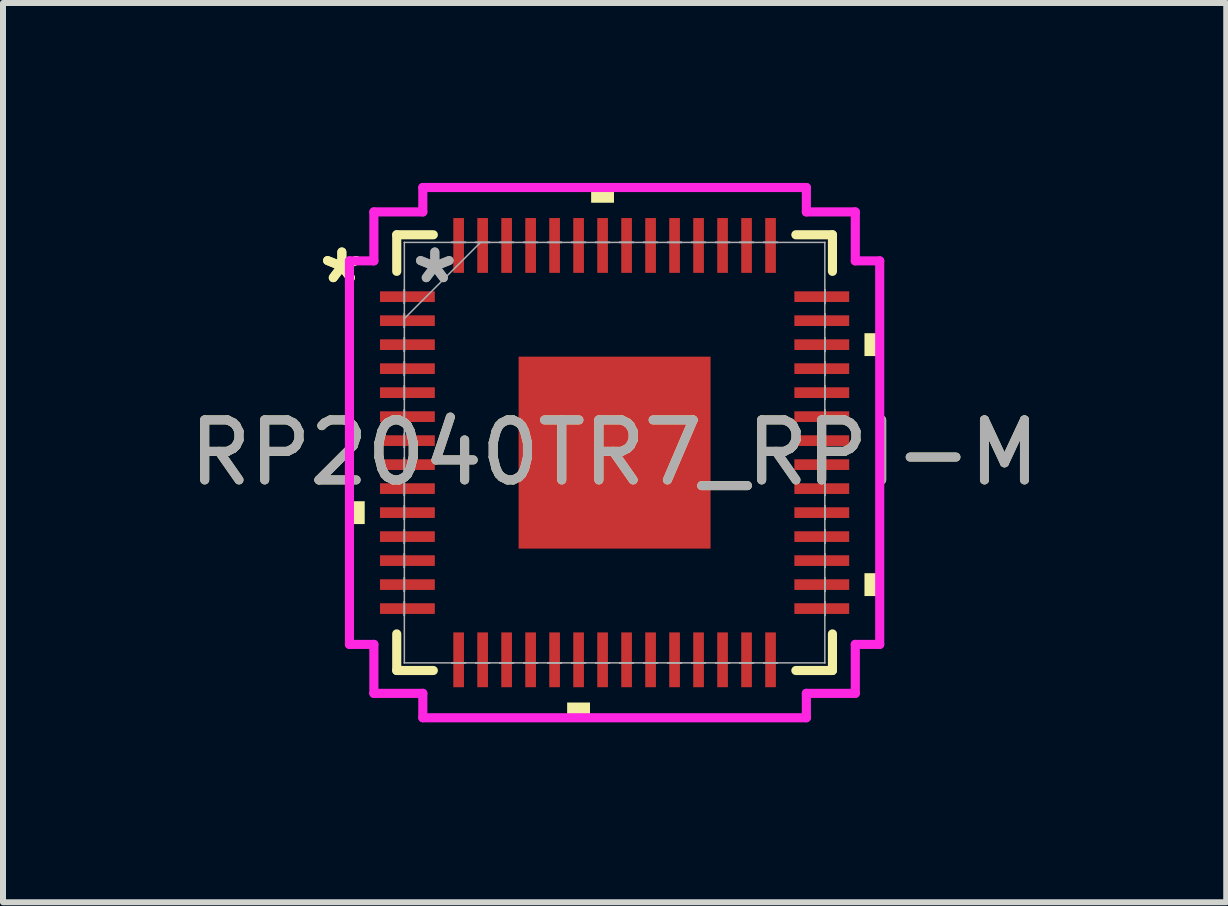
<source format=kicad_pcb>
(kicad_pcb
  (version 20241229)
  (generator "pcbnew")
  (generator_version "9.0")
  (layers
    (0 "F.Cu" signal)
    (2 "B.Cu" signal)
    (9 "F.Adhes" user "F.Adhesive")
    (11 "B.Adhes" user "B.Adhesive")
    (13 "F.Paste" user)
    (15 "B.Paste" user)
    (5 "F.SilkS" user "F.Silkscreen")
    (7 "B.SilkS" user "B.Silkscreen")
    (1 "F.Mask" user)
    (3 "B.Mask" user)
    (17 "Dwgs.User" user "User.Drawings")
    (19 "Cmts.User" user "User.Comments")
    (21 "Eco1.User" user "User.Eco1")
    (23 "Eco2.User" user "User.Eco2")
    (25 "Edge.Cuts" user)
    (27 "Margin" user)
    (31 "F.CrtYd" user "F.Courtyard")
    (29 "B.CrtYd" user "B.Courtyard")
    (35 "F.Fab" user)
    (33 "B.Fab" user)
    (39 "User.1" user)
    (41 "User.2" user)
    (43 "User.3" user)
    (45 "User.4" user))
  (footprint "RP2040TR7_RPI-M"
    (layer "F.Cu")
    (at 7.196 4.496)
    (property "Reference" "RP2040TR7_RPI-M" (at 0 0 0) (unlocked yes) (layer "F.SilkS") (effects (font (size 1 1) (thickness 0.15))))
    (attr smd)
    (fp_line (start -3.632 -3.632) (end -3.632 -3.022) (stroke (width 0.152) (type solid)) (layer "F.SilkS"))
    (fp_line (start -3.632 3.022) (end -3.632 3.632) (stroke (width 0.152) (type solid)) (layer "F.SilkS"))
    (fp_line (start -3.632 3.632) (end -3.022 3.632) (stroke (width 0.152) (type solid)) (layer "F.SilkS"))
    (fp_line (start -3.022 -3.632) (end -3.632 -3.632) (stroke (width 0.152) (type solid)) (layer "F.SilkS"))
    (fp_line (start 3.022 3.632) (end 3.632 3.632) (stroke (width 0.152) (type solid)) (layer "F.SilkS"))
    (fp_line (start 3.632 -3.632) (end 3.022 -3.632) (stroke (width 0.152) (type solid)) (layer "F.SilkS"))
    (fp_line (start 3.632 -3.022) (end 3.632 -3.632) (stroke (width 0.152) (type solid)) (layer "F.SilkS"))
    (fp_line (start 3.632 3.632) (end 3.632 3.022) (stroke (width 0.152) (type solid)) (layer "F.SilkS"))
    (fp_poly (pts (xy -4.42 0.81) (xy -4.42 1.191) (xy -4.166 1.191) (xy -4.166 0.81)) (stroke (width 0) (type solid)) (fill yes) (layer "F.SilkS"))
    (fp_poly (pts (xy -0.791 4.166) (xy -0.791 4.42) (xy -0.41 4.42) (xy -0.41 4.166)) (stroke (width 0) (type solid)) (fill yes) (layer "F.SilkS"))
    (fp_poly (pts (xy -0.391 -4.166) (xy -0.391 -4.42) (xy -0.01 -4.42) (xy -0.01 -4.166)) (stroke (width 0) (type solid)) (fill yes) (layer "F.SilkS"))
    (fp_poly (pts (xy 4.42 -1.991) (xy 4.42 -1.61) (xy 4.166 -1.61) (xy 4.166 -1.991)) (stroke (width 0) (type solid)) (fill yes) (layer "F.SilkS"))
    (fp_poly (pts (xy 4.42 2.01) (xy 4.42 2.391) (xy 4.166 2.391) (xy 4.166 2.01)) (stroke (width 0) (type solid)) (fill yes) (layer "F.SilkS"))
    (fp_poly (pts (xy -1.5 -1.5) (xy -1.5 -0.1) (xy -0.1 -0.1) (xy -0.1 -1.5)) (stroke (width 0) (type solid)) (fill yes) (layer "F.Paste"))
    (fp_poly (pts (xy -1.5 0.1) (xy -1.5 1.5) (xy -0.1 1.5) (xy -0.1 0.1)) (stroke (width 0) (type solid)) (fill yes) (layer "F.Paste"))
    (fp_poly (pts (xy 0.1 -1.5) (xy 0.1 -0.1) (xy 1.5 -0.1) (xy 1.5 -1.5)) (stroke (width 0) (type solid)) (fill yes) (layer "F.Paste"))
    (fp_poly (pts (xy 0.1 0.1) (xy 0.1 1.5) (xy 1.5 1.5) (xy 1.5 0.1)) (stroke (width 0) (type solid)) (fill yes) (layer "F.Paste"))
    (fp_line (start -4.42 -3.197) (end -4.013 -3.197) (stroke (width 0.152) (type solid)) (layer "F.CrtYd"))
    (fp_line (start -4.42 3.197) (end -4.42 -3.197) (stroke (width 0.152) (type solid)) (layer "F.CrtYd"))
    (fp_line (start -4.013 -4.013) (end -3.197 -4.013) (stroke (width 0.152) (type solid)) (layer "F.CrtYd"))
    (fp_line (start -4.013 -3.197) (end -4.013 -4.013) (stroke (width 0.152) (type solid)) (layer "F.CrtYd"))
    (fp_line (start -4.013 3.197) (end -4.42 3.197) (stroke (width 0.152) (type solid)) (layer "F.CrtYd"))
    (fp_line (start -4.013 4.013) (end -4.013 3.197) (stroke (width 0.152) (type solid)) (layer "F.CrtYd"))
    (fp_line (start -3.197 -4.42) (end 3.197 -4.42) (stroke (width 0.152) (type solid)) (layer "F.CrtYd"))
    (fp_line (start -3.197 -4.013) (end -3.197 -4.42) (stroke (width 0.152) (type solid)) (layer "F.CrtYd"))
    (fp_line (start -3.197 4.013) (end -4.013 4.013) (stroke (width 0.152) (type solid)) (layer "F.CrtYd"))
    (fp_line (start -3.197 4.42) (end -3.197 4.013) (stroke (width 0.152) (type solid)) (layer "F.CrtYd"))
    (fp_line (start 3.197 -4.42) (end 3.197 -4.013) (stroke (width 0.152) (type solid)) (layer "F.CrtYd"))
    (fp_line (start 3.197 -4.013) (end 4.013 -4.013) (stroke (width 0.152) (type solid)) (layer "F.CrtYd"))
    (fp_line (start 3.197 4.013) (end 3.197 4.42) (stroke (width 0.152) (type solid)) (layer "F.CrtYd"))
    (fp_line (start 3.197 4.42) (end -3.197 4.42) (stroke (width 0.152) (type solid)) (layer "F.CrtYd"))
    (fp_line (start 4.013 -4.013) (end 4.013 -3.197) (stroke (width 0.152) (type solid)) (layer "F.CrtYd"))
    (fp_line (start 4.013 -3.197) (end 4.42 -3.197) (stroke (width 0.152) (type solid)) (layer "F.CrtYd"))
    (fp_line (start 4.013 3.197) (end 4.013 4.013) (stroke (width 0.152) (type solid)) (layer "F.CrtYd"))
    (fp_line (start 4.013 4.013) (end 3.197 4.013) (stroke (width 0.152) (type solid)) (layer "F.CrtYd"))
    (fp_line (start 4.42 -3.197) (end 4.42 3.197) (stroke (width 0.152) (type solid)) (layer "F.CrtYd"))
    (fp_line (start 4.42 3.197) (end 4.013 3.197) (stroke (width 0.152) (type solid)) (layer "F.CrtYd"))
    (fp_line (start -3.505 -3.505) (end -3.505 -3.505) (stroke (width 0.025) (type solid)) (layer "F.Fab"))
    (fp_line (start -3.505 -3.505) (end -3.505 3.505) (stroke (width 0.025) (type solid)) (layer "F.Fab"))
    (fp_line (start -3.505 -2.715) (end -3.505 -2.715) (stroke (width 0.025) (type solid)) (layer "F.Fab"))
    (fp_line (start -3.505 -2.715) (end -3.505 -2.486) (stroke (width 0.025) (type solid)) (layer "F.Fab"))
    (fp_line (start -3.505 -2.486) (end -3.505 -2.715) (stroke (width 0.025) (type solid)) (layer "F.Fab"))
    (fp_line (start -3.505 -2.486) (end -3.505 -2.486) (stroke (width 0.025) (type solid)) (layer "F.Fab"))
    (fp_line (start -3.505 -2.315) (end -3.505 -2.315) (stroke (width 0.025) (type solid)) (layer "F.Fab"))
    (fp_line (start -3.505 -2.315) (end -3.505 -2.086) (stroke (width 0.025) (type solid)) (layer "F.Fab"))
    (fp_line (start -3.505 -2.235) (end -2.235 -3.505) (stroke (width 0.025) (type solid)) (layer "F.Fab"))
    (fp_line (start -3.505 -2.086) (end -3.505 -2.315) (stroke (width 0.025) (type solid)) (layer "F.Fab"))
    (fp_line (start -3.505 -2.086) (end -3.505 -2.086) (stroke (width 0.025) (type solid)) (layer "F.Fab"))
    (fp_line (start -3.505 -1.915) (end -3.505 -1.915) (stroke (width 0.025) (type solid)) (layer "F.Fab"))
    (fp_line (start -3.505 -1.915) (end -3.505 -1.686) (stroke (width 0.025) (type solid)) (layer "F.Fab"))
    (fp_line (start -3.505 -1.686) (end -3.505 -1.915) (stroke (width 0.025) (type solid)) (layer "F.Fab"))
    (fp_line (start -3.505 -1.686) (end -3.505 -1.686) (stroke (width 0.025) (type solid)) (layer "F.Fab"))
    (fp_line (start -3.505 -1.514) (end -3.505 -1.514) (stroke (width 0.025) (type solid)) (layer "F.Fab"))
    (fp_line (start -3.505 -1.514) (end -3.505 -1.286) (stroke (width 0.025) (type solid)) (layer "F.Fab"))
    (fp_line (start -3.505 -1.286) (end -3.505 -1.514) (stroke (width 0.025) (type solid)) (layer "F.Fab"))
    (fp_line (start -3.505 -1.286) (end -3.505 -1.286) (stroke (width 0.025) (type solid)) (layer "F.Fab"))
    (fp_line (start -3.505 -1.114) (end -3.505 -1.114) (stroke (width 0.025) (type solid)) (layer "F.Fab"))
    (fp_line (start -3.505 -1.114) (end -3.505 -0.886) (stroke (width 0.025) (type solid)) (layer "F.Fab"))
    (fp_line (start -3.505 -0.886) (end -3.505 -1.114) (stroke (width 0.025) (type solid)) (layer "F.Fab"))
    (fp_line (start -3.505 -0.886) (end -3.505 -0.886) (stroke (width 0.025) (type solid)) (layer "F.Fab"))
    (fp_line (start -3.505 -0.714) (end -3.505 -0.714) (stroke (width 0.025) (type solid)) (layer "F.Fab"))
    (fp_line (start -3.505 -0.714) (end -3.505 -0.486) (stroke (width 0.025) (type solid)) (layer "F.Fab"))
    (fp_line (start -3.505 -0.486) (end -3.505 -0.714) (stroke (width 0.025) (type solid)) (layer "F.Fab"))
    (fp_line (start -3.505 -0.486) (end -3.505 -0.486) (stroke (width 0.025) (type solid)) (layer "F.Fab"))
    (fp_line (start -3.505 -0.314) (end -3.505 -0.314) (stroke (width 0.025) (type solid)) (layer "F.Fab"))
    (fp_line (start -3.505 -0.314) (end -3.505 -0.086) (stroke (width 0.025) (type solid)) (layer "F.Fab"))
    (fp_line (start -3.505 -0.086) (end -3.505 -0.314) (stroke (width 0.025) (type solid)) (layer "F.Fab"))
    (fp_line (start -3.505 -0.086) (end -3.505 -0.086) (stroke (width 0.025) (type solid)) (layer "F.Fab"))
    (fp_line (start -3.505 0.086) (end -3.505 0.086) (stroke (width 0.025) (type solid)) (layer "F.Fab"))
    (fp_line (start -3.505 0.086) (end -3.505 0.314) (stroke (width 0.025) (type solid)) (layer "F.Fab"))
    (fp_line (start -3.505 0.314) (end -3.505 0.086) (stroke (width 0.025) (type solid)) (layer "F.Fab"))
    (fp_line (start -3.505 0.314) (end -3.505 0.314) (stroke (width 0.025) (type solid)) (layer "F.Fab"))
    (fp_line (start -3.505 0.486) (end -3.505 0.486) (stroke (width 0.025) (type solid)) (layer "F.Fab"))
    (fp_line (start -3.505 0.486) (end -3.505 0.714) (stroke (width 0.025) (type solid)) (layer "F.Fab"))
    (fp_line (start -3.505 0.714) (end -3.505 0.486) (stroke (width 0.025) (type solid)) (layer "F.Fab"))
    (fp_line (start -3.505 0.714) (end -3.505 0.714) (stroke (width 0.025) (type solid)) (layer "F.Fab"))
    (fp_line (start -3.505 0.886) (end -3.505 0.886) (stroke (width 0.025) (type solid)) (layer "F.Fab"))
    (fp_line (start -3.505 0.886) (end -3.505 1.114) (stroke (width 0.025) (type solid)) (layer "F.Fab"))
    (fp_line (start -3.505 1.114) (end -3.505 0.886) (stroke (width 0.025) (type solid)) (layer "F.Fab"))
    (fp_line (start -3.505 1.114) (end -3.505 1.114) (stroke (width 0.025) (type solid)) (layer "F.Fab"))
    (fp_line (start -3.505 1.286) (end -3.505 1.286) (stroke (width 0.025) (type solid)) (layer "F.Fab"))
    (fp_line (start -3.505 1.286) (end -3.505 1.514) (stroke (width 0.025) (type solid)) (layer "F.Fab"))
    (fp_line (start -3.505 1.514) (end -3.505 1.286) (stroke (width 0.025) (type solid)) (layer "F.Fab"))
    (fp_line (start -3.505 1.514) (end -3.505 1.514) (stroke (width 0.025) (type solid)) (layer "F.Fab"))
    (fp_line (start -3.505 1.686) (end -3.505 1.686) (stroke (width 0.025) (type solid)) (layer "F.Fab"))
    (fp_line (start -3.505 1.686) (end -3.505 1.915) (stroke (width 0.025) (type solid)) (layer "F.Fab"))
    (fp_line (start -3.505 1.915) (end -3.505 1.686) (stroke (width 0.025) (type solid)) (layer "F.Fab"))
    (fp_line (start -3.505 1.915) (end -3.505 1.915) (stroke (width 0.025) (type solid)) (layer "F.Fab"))
    (fp_line (start -3.505 2.086) (end -3.505 2.086) (stroke (width 0.025) (type solid)) (layer "F.Fab"))
    (fp_line (start -3.505 2.086) (end -3.505 2.315) (stroke (width 0.025) (type solid)) (layer "F.Fab"))
    (fp_line (start -3.505 2.315) (end -3.505 2.086) (stroke (width 0.025) (type solid)) (layer "F.Fab"))
    (fp_line (start -3.505 2.315) (end -3.505 2.315) (stroke (width 0.025) (type solid)) (layer "F.Fab"))
    (fp_line (start -3.505 2.486) (end -3.505 2.486) (stroke (width 0.025) (type solid)) (layer "F.Fab"))
    (fp_line (start -3.505 2.486) (end -3.505 2.715) (stroke (width 0.025) (type solid)) (layer "F.Fab"))
    (fp_line (start -3.505 2.715) (end -3.505 2.486) (stroke (width 0.025) (type solid)) (layer "F.Fab"))
    (fp_line (start -3.505 2.715) (end -3.505 2.715) (stroke (width 0.025) (type solid)) (layer "F.Fab"))
    (fp_line (start -3.505 3.505) (end -3.505 3.505) (stroke (width 0.025) (type solid)) (layer "F.Fab"))
    (fp_line (start -3.505 3.505) (end 3.505 3.505) (stroke (width 0.025) (type solid)) (layer "F.Fab"))
    (fp_line (start -2.715 -3.505) (end -2.715 -3.505) (stroke (width 0.025) (type solid)) (layer "F.Fab"))
    (fp_line (start -2.715 -3.505) (end -2.486 -3.505) (stroke (width 0.025) (type solid)) (layer "F.Fab"))
    (fp_line (start -2.715 3.505) (end -2.715 3.505) (stroke (width 0.025) (type solid)) (layer "F.Fab"))
    (fp_line (start -2.715 3.505) (end -2.486 3.505) (stroke (width 0.025) (type solid)) (layer "F.Fab"))
    (fp_line (start -2.486 -3.505) (end -2.715 -3.505) (stroke (width 0.025) (type solid)) (layer "F.Fab"))
    (fp_line (start -2.486 -3.505) (end -2.486 -3.505) (stroke (width 0.025) (type solid)) (layer "F.Fab"))
    (fp_line (start -2.486 3.505) (end -2.715 3.505) (stroke (width 0.025) (type solid)) (layer "F.Fab"))
    (fp_line (start -2.486 3.505) (end -2.486 3.505) (stroke (width 0.025) (type solid)) (layer "F.Fab"))
    (fp_line (start -2.315 -3.505) (end -2.315 -3.505) (stroke (width 0.025) (type solid)) (layer "F.Fab"))
    (fp_line (start -2.315 -3.505) (end -2.086 -3.505) (stroke (width 0.025) (type solid)) (layer "F.Fab"))
    (fp_line (start -2.315 3.505) (end -2.315 3.505) (stroke (width 0.025) (type solid)) (layer "F.Fab"))
    (fp_line (start -2.315 3.505) (end -2.086 3.505) (stroke (width 0.025) (type solid)) (layer "F.Fab"))
    (fp_line (start -2.086 -3.505) (end -2.315 -3.505) (stroke (width 0.025) (type solid)) (layer "F.Fab"))
    (fp_line (start -2.086 -3.505) (end -2.086 -3.505) (stroke (width 0.025) (type solid)) (layer "F.Fab"))
    (fp_line (start -2.086 3.505) (end -2.315 3.505) (stroke (width 0.025) (type solid)) (layer "F.Fab"))
    (fp_line (start -2.086 3.505) (end -2.086 3.505) (stroke (width 0.025) (type solid)) (layer "F.Fab"))
    (fp_line (start -1.915 -3.505) (end -1.915 -3.505) (stroke (width 0.025) (type solid)) (layer "F.Fab"))
    (fp_line (start -1.915 -3.505) (end -1.686 -3.505) (stroke (width 0.025) (type solid)) (layer "F.Fab"))
    (fp_line (start -1.915 3.505) (end -1.915 3.505) (stroke (width 0.025) (type solid)) (layer "F.Fab"))
    (fp_line (start -1.915 3.505) (end -1.686 3.505) (stroke (width 0.025) (type solid)) (layer "F.Fab"))
    (fp_line (start -1.686 -3.505) (end -1.915 -3.505) (stroke (width 0.025) (type solid)) (layer "F.Fab"))
    (fp_line (start -1.686 -3.505) (end -1.686 -3.505) (stroke (width 0.025) (type solid)) (layer "F.Fab"))
    (fp_line (start -1.686 3.505) (end -1.915 3.505) (stroke (width 0.025) (type solid)) (layer "F.Fab"))
    (fp_line (start -1.686 3.505) (end -1.686 3.505) (stroke (width 0.025) (type solid)) (layer "F.Fab"))
    (fp_line (start -1.514 -3.505) (end -1.514 -3.505) (stroke (width 0.025) (type solid)) (layer "F.Fab"))
    (fp_line (start -1.514 -3.505) (end -1.286 -3.505) (stroke (width 0.025) (type solid)) (layer "F.Fab"))
    (fp_line (start -1.514 3.505) (end -1.514 3.505) (stroke (width 0.025) (type solid)) (layer "F.Fab"))
    (fp_line (start -1.514 3.505) (end -1.286 3.505) (stroke (width 0.025) (type solid)) (layer "F.Fab"))
    (fp_line (start -1.286 -3.505) (end -1.514 -3.505) (stroke (width 0.025) (type solid)) (layer "F.Fab"))
    (fp_line (start -1.286 -3.505) (end -1.286 -3.505) (stroke (width 0.025) (type solid)) (layer "F.Fab"))
    (fp_line (start -1.286 3.505) (end -1.514 3.505) (stroke (width 0.025) (type solid)) (layer "F.Fab"))
    (fp_line (start -1.286 3.505) (end -1.286 3.505) (stroke (width 0.025) (type solid)) (layer "F.Fab"))
    (fp_line (start -1.114 -3.505) (end -1.114 -3.505) (stroke (width 0.025) (type solid)) (layer "F.Fab"))
    (fp_line (start -1.114 -3.505) (end -0.886 -3.505) (stroke (width 0.025) (type solid)) (layer "F.Fab"))
    (fp_line (start -1.114 3.505) (end -1.114 3.505) (stroke (width 0.025) (type solid)) (layer "F.Fab"))
    (fp_line (start -1.114 3.505) (end -0.886 3.505) (stroke (width 0.025) (type solid)) (layer "F.Fab"))
    (fp_line (start -0.886 -3.505) (end -1.114 -3.505) (stroke (width 0.025) (type solid)) (layer "F.Fab"))
    (fp_line (start -0.886 -3.505) (end -0.886 -3.505) (stroke (width 0.025) (type solid)) (layer "F.Fab"))
    (fp_line (start -0.886 3.505) (end -1.114 3.505) (stroke (width 0.025) (type solid)) (layer "F.Fab"))
    (fp_line (start -0.886 3.505) (end -0.886 3.505) (stroke (width 0.025) (type solid)) (layer "F.Fab"))
    (fp_line (start -0.714 -3.505) (end -0.714 -3.505) (stroke (width 0.025) (type solid)) (layer "F.Fab"))
    (fp_line (start -0.714 -3.505) (end -0.486 -3.505) (stroke (width 0.025) (type solid)) (layer "F.Fab"))
    (fp_line (start -0.714 3.505) (end -0.714 3.505) (stroke (width 0.025) (type solid)) (layer "F.Fab"))
    (fp_line (start -0.714 3.505) (end -0.486 3.505) (stroke (width 0.025) (type solid)) (layer "F.Fab"))
    (fp_line (start -0.486 -3.505) (end -0.714 -3.505) (stroke (width 0.025) (type solid)) (layer "F.Fab"))
    (fp_line (start -0.486 -3.505) (end -0.486 -3.505) (stroke (width 0.025) (type solid)) (layer "F.Fab"))
    (fp_line (start -0.486 3.505) (end -0.714 3.505) (stroke (width 0.025) (type solid)) (layer "F.Fab"))
    (fp_line (start -0.486 3.505) (end -0.486 3.505) (stroke (width 0.025) (type solid)) (layer "F.Fab"))
    (fp_line (start -0.314 -3.505) (end -0.314 -3.505) (stroke (width 0.025) (type solid)) (layer "F.Fab"))
    (fp_line (start -0.314 -3.505) (end -0.086 -3.505) (stroke (width 0.025) (type solid)) (layer "F.Fab"))
    (fp_line (start -0.314 3.505) (end -0.314 3.505) (stroke (width 0.025) (type solid)) (layer "F.Fab"))
    (fp_line (start -0.314 3.505) (end -0.086 3.505) (stroke (width 0.025) (type solid)) (layer "F.Fab"))
    (fp_line (start -0.086 -3.505) (end -0.314 -3.505) (stroke (width 0.025) (type solid)) (layer "F.Fab"))
    (fp_line (start -0.086 -3.505) (end -0.086 -3.505) (stroke (width 0.025) (type solid)) (layer "F.Fab"))
    (fp_line (start -0.086 3.505) (end -0.314 3.505) (stroke (width 0.025) (type solid)) (layer "F.Fab"))
    (fp_line (start -0.086 3.505) (end -0.086 3.505) (stroke (width 0.025) (type solid)) (layer "F.Fab"))
    (fp_line (start 0.086 -3.505) (end 0.086 -3.505) (stroke (width 0.025) (type solid)) (layer "F.Fab"))
    (fp_line (start 0.086 -3.505) (end 0.314 -3.505) (stroke (width 0.025) (type solid)) (layer "F.Fab"))
    (fp_line (start 0.086 3.505) (end 0.086 3.505) (stroke (width 0.025) (type solid)) (layer "F.Fab"))
    (fp_line (start 0.086 3.505) (end 0.314 3.505) (stroke (width 0.025) (type solid)) (layer "F.Fab"))
    (fp_line (start 0.314 -3.505) (end 0.086 -3.505) (stroke (width 0.025) (type solid)) (layer "F.Fab"))
    (fp_line (start 0.314 -3.505) (end 0.314 -3.505) (stroke (width 0.025) (type solid)) (layer "F.Fab"))
    (fp_line (start 0.314 3.505) (end 0.086 3.505) (stroke (width 0.025) (type solid)) (layer "F.Fab"))
    (fp_line (start 0.314 3.505) (end 0.314 3.505) (stroke (width 0.025) (type solid)) (layer "F.Fab"))
    (fp_line (start 0.486 -3.505) (end 0.486 -3.505) (stroke (width 0.025) (type solid)) (layer "F.Fab"))
    (fp_line (start 0.486 -3.505) (end 0.714 -3.505) (stroke (width 0.025) (type solid)) (layer "F.Fab"))
    (fp_line (start 0.486 3.505) (end 0.486 3.505) (stroke (width 0.025) (type solid)) (layer "F.Fab"))
    (fp_line (start 0.486 3.505) (end 0.714 3.505) (stroke (width 0.025) (type solid)) (layer "F.Fab"))
    (fp_line (start 0.714 -3.505) (end 0.486 -3.505) (stroke (width 0.025) (type solid)) (layer "F.Fab"))
    (fp_line (start 0.714 -3.505) (end 0.714 -3.505) (stroke (width 0.025) (type solid)) (layer "F.Fab"))
    (fp_line (start 0.714 3.505) (end 0.486 3.505) (stroke (width 0.025) (type solid)) (layer "F.Fab"))
    (fp_line (start 0.714 3.505) (end 0.714 3.505) (stroke (width 0.025) (type solid)) (layer "F.Fab"))
    (fp_line (start 0.886 -3.505) (end 0.886 -3.505) (stroke (width 0.025) (type solid)) (layer "F.Fab"))
    (fp_line (start 0.886 -3.505) (end 1.114 -3.505) (stroke (width 0.025) (type solid)) (layer "F.Fab"))
    (fp_line (start 0.886 3.505) (end 0.886 3.505) (stroke (width 0.025) (type solid)) (layer "F.Fab"))
    (fp_line (start 0.886 3.505) (end 1.114 3.505) (stroke (width 0.025) (type solid)) (layer "F.Fab"))
    (fp_line (start 1.114 -3.505) (end 0.886 -3.505) (stroke (width 0.025) (type solid)) (layer "F.Fab"))
    (fp_line (start 1.114 -3.505) (end 1.114 -3.505) (stroke (width 0.025) (type solid)) (layer "F.Fab"))
    (fp_line (start 1.114 3.505) (end 0.886 3.505) (stroke (width 0.025) (type solid)) (layer "F.Fab"))
    (fp_line (start 1.114 3.505) (end 1.114 3.505) (stroke (width 0.025) (type solid)) (layer "F.Fab"))
    (fp_line (start 1.286 -3.505) (end 1.286 -3.505) (stroke (width 0.025) (type solid)) (layer "F.Fab"))
    (fp_line (start 1.286 -3.505) (end 1.514 -3.505) (stroke (width 0.025) (type solid)) (layer "F.Fab"))
    (fp_line (start 1.286 3.505) (end 1.286 3.505) (stroke (width 0.025) (type solid)) (layer "F.Fab"))
    (fp_line (start 1.286 3.505) (end 1.514 3.505) (stroke (width 0.025) (type solid)) (layer "F.Fab"))
    (fp_line (start 1.514 -3.505) (end 1.286 -3.505) (stroke (width 0.025) (type solid)) (layer "F.Fab"))
    (fp_line (start 1.514 -3.505) (end 1.514 -3.505) (stroke (width 0.025) (type solid)) (layer "F.Fab"))
    (fp_line (start 1.514 3.505) (end 1.286 3.505) (stroke (width 0.025) (type solid)) (layer "F.Fab"))
    (fp_line (start 1.514 3.505) (end 1.514 3.505) (stroke (width 0.025) (type solid)) (layer "F.Fab"))
    (fp_line (start 1.686 -3.505) (end 1.686 -3.505) (stroke (width 0.025) (type solid)) (layer "F.Fab"))
    (fp_line (start 1.686 -3.505) (end 1.915 -3.505) (stroke (width 0.025) (type solid)) (layer "F.Fab"))
    (fp_line (start 1.686 3.505) (end 1.686 3.505) (stroke (width 0.025) (type solid)) (layer "F.Fab"))
    (fp_line (start 1.686 3.505) (end 1.915 3.505) (stroke (width 0.025) (type solid)) (layer "F.Fab"))
    (fp_line (start 1.915 -3.505) (end 1.686 -3.505) (stroke (width 0.025) (type solid)) (layer "F.Fab"))
    (fp_line (start 1.915 -3.505) (end 1.915 -3.505) (stroke (width 0.025) (type solid)) (layer "F.Fab"))
    (fp_line (start 1.915 3.505) (end 1.686 3.505) (stroke (width 0.025) (type solid)) (layer "F.Fab"))
    (fp_line (start 1.915 3.505) (end 1.915 3.505) (stroke (width 0.025) (type solid)) (layer "F.Fab"))
    (fp_line (start 2.086 -3.505) (end 2.086 -3.505) (stroke (width 0.025) (type solid)) (layer "F.Fab"))
    (fp_line (start 2.086 -3.505) (end 2.315 -3.505) (stroke (width 0.025) (type solid)) (layer "F.Fab"))
    (fp_line (start 2.086 3.505) (end 2.086 3.505) (stroke (width 0.025) (type solid)) (layer "F.Fab"))
    (fp_line (start 2.086 3.505) (end 2.315 3.505) (stroke (width 0.025) (type solid)) (layer "F.Fab"))
    (fp_line (start 2.315 -3.505) (end 2.086 -3.505) (stroke (width 0.025) (type solid)) (layer "F.Fab"))
    (fp_line (start 2.315 -3.505) (end 2.315 -3.505) (stroke (width 0.025) (type solid)) (layer "F.Fab"))
    (fp_line (start 2.315 3.505) (end 2.086 3.505) (stroke (width 0.025) (type solid)) (layer "F.Fab"))
    (fp_line (start 2.315 3.505) (end 2.315 3.505) (stroke (width 0.025) (type solid)) (layer "F.Fab"))
    (fp_line (start 2.486 -3.505) (end 2.486 -3.505) (stroke (width 0.025) (type solid)) (layer "F.Fab"))
    (fp_line (start 2.486 -3.505) (end 2.715 -3.505) (stroke (width 0.025) (type solid)) (layer "F.Fab"))
    (fp_line (start 2.486 3.505) (end 2.486 3.505) (stroke (width 0.025) (type solid)) (layer "F.Fab"))
    (fp_line (start 2.486 3.505) (end 2.715 3.505) (stroke (width 0.025) (type solid)) (layer "F.Fab"))
    (fp_line (start 2.715 -3.505) (end 2.486 -3.505) (stroke (width 0.025) (type solid)) (layer "F.Fab"))
    (fp_line (start 2.715 -3.505) (end 2.715 -3.505) (stroke (width 0.025) (type solid)) (layer "F.Fab"))
    (fp_line (start 2.715 3.505) (end 2.486 3.505) (stroke (width 0.025) (type solid)) (layer "F.Fab"))
    (fp_line (start 2.715 3.505) (end 2.715 3.505) (stroke (width 0.025) (type solid)) (layer "F.Fab"))
    (fp_line (start 3.505 -3.505) (end -3.505 -3.505) (stroke (width 0.025) (type solid)) (layer "F.Fab"))
    (fp_line (start 3.505 -3.505) (end 3.505 -3.505) (stroke (width 0.025) (type solid)) (layer "F.Fab"))
    (fp_line (start 3.505 -2.715) (end 3.505 -2.715) (stroke (width 0.025) (type solid)) (layer "F.Fab"))
    (fp_line (start 3.505 -2.715) (end 3.505 -2.486) (stroke (width 0.025) (type solid)) (layer "F.Fab"))
    (fp_line (start 3.505 -2.486) (end 3.505 -2.715) (stroke (width 0.025) (type solid)) (layer "F.Fab"))
    (fp_line (start 3.505 -2.486) (end 3.505 -2.486) (stroke (width 0.025) (type solid)) (layer "F.Fab"))
    (fp_line (start 3.505 -2.315) (end 3.505 -2.315) (stroke (width 0.025) (type solid)) (layer "F.Fab"))
    (fp_line (start 3.505 -2.315) (end 3.505 -2.086) (stroke (width 0.025) (type solid)) (layer "F.Fab"))
    (fp_line (start 3.505 -2.086) (end 3.505 -2.315) (stroke (width 0.025) (type solid)) (layer "F.Fab"))
    (fp_line (start 3.505 -2.086) (end 3.505 -2.086) (stroke (width 0.025) (type solid)) (layer "F.Fab"))
    (fp_line (start 3.505 -1.915) (end 3.505 -1.915) (stroke (width 0.025) (type solid)) (layer "F.Fab"))
    (fp_line (start 3.505 -1.915) (end 3.505 -1.686) (stroke (width 0.025) (type solid)) (layer "F.Fab"))
    (fp_line (start 3.505 -1.686) (end 3.505 -1.915) (stroke (width 0.025) (type solid)) (layer "F.Fab"))
    (fp_line (start 3.505 -1.686) (end 3.505 -1.686) (stroke (width 0.025) (type solid)) (layer "F.Fab"))
    (fp_line (start 3.505 -1.514) (end 3.505 -1.514) (stroke (width 0.025) (type solid)) (layer "F.Fab"))
    (fp_line (start 3.505 -1.514) (end 3.505 -1.286) (stroke (width 0.025) (type solid)) (layer "F.Fab"))
    (fp_line (start 3.505 -1.286) (end 3.505 -1.514) (stroke (width 0.025) (type solid)) (layer "F.Fab"))
    (fp_line (start 3.505 -1.286) (end 3.505 -1.286) (stroke (width 0.025) (type solid)) (layer "F.Fab"))
    (fp_line (start 3.505 -1.114) (end 3.505 -1.114) (stroke (width 0.025) (type solid)) (layer "F.Fab"))
    (fp_line (start 3.505 -1.114) (end 3.505 -0.886) (stroke (width 0.025) (type solid)) (layer "F.Fab"))
    (fp_line (start 3.505 -0.886) (end 3.505 -1.114) (stroke (width 0.025) (type solid)) (layer "F.Fab"))
    (fp_line (start 3.505 -0.886) (end 3.505 -0.886) (stroke (width 0.025) (type solid)) (layer "F.Fab"))
    (fp_line (start 3.505 -0.714) (end 3.505 -0.714) (stroke (width 0.025) (type solid)) (layer "F.Fab"))
    (fp_line (start 3.505 -0.714) (end 3.505 -0.486) (stroke (width 0.025) (type solid)) (layer "F.Fab"))
    (fp_line (start 3.505 -0.486) (end 3.505 -0.714) (stroke (width 0.025) (type solid)) (layer "F.Fab"))
    (fp_line (start 3.505 -0.486) (end 3.505 -0.486) (stroke (width 0.025) (type solid)) (layer "F.Fab"))
    (fp_line (start 3.505 -0.314) (end 3.505 -0.314) (stroke (width 0.025) (type solid)) (layer "F.Fab"))
    (fp_line (start 3.505 -0.314) (end 3.505 -0.086) (stroke (width 0.025) (type solid)) (layer "F.Fab"))
    (fp_line (start 3.505 -0.086) (end 3.505 -0.314) (stroke (width 0.025) (type solid)) (layer "F.Fab"))
    (fp_line (start 3.505 -0.086) (end 3.505 -0.086) (stroke (width 0.025) (type solid)) (layer "F.Fab"))
    (fp_line (start 3.505 0.086) (end 3.505 0.086) (stroke (width 0.025) (type solid)) (layer "F.Fab"))
    (fp_line (start 3.505 0.086) (end 3.505 0.314) (stroke (width 0.025) (type solid)) (layer "F.Fab"))
    (fp_line (start 3.505 0.314) (end 3.505 0.086) (stroke (width 0.025) (type solid)) (layer "F.Fab"))
    (fp_line (start 3.505 0.314) (end 3.505 0.314) (stroke (width 0.025) (type solid)) (layer "F.Fab"))
    (fp_line (start 3.505 0.486) (end 3.505 0.486) (stroke (width 0.025) (type solid)) (layer "F.Fab"))
    (fp_line (start 3.505 0.486) (end 3.505 0.714) (stroke (width 0.025) (type solid)) (layer "F.Fab"))
    (fp_line (start 3.505 0.714) (end 3.505 0.486) (stroke (width 0.025) (type solid)) (layer "F.Fab"))
    (fp_line (start 3.505 0.714) (end 3.505 0.714) (stroke (width 0.025) (type solid)) (layer "F.Fab"))
    (fp_line (start 3.505 0.886) (end 3.505 0.886) (stroke (width 0.025) (type solid)) (layer "F.Fab"))
    (fp_line (start 3.505 0.886) (end 3.505 1.114) (stroke (width 0.025) (type solid)) (layer "F.Fab"))
    (fp_line (start 3.505 1.114) (end 3.505 0.886) (stroke (width 0.025) (type solid)) (layer "F.Fab"))
    (fp_line (start 3.505 1.114) (end 3.505 1.114) (stroke (width 0.025) (type solid)) (layer "F.Fab"))
    (fp_line (start 3.505 1.286) (end 3.505 1.286) (stroke (width 0.025) (type solid)) (layer "F.Fab"))
    (fp_line (start 3.505 1.286) (end 3.505 1.514) (stroke (width 0.025) (type solid)) (layer "F.Fab"))
    (fp_line (start 3.505 1.514) (end 3.505 1.286) (stroke (width 0.025) (type solid)) (layer "F.Fab"))
    (fp_line (start 3.505 1.514) (end 3.505 1.514) (stroke (width 0.025) (type solid)) (layer "F.Fab"))
    (fp_line (start 3.505 1.686) (end 3.505 1.686) (stroke (width 0.025) (type solid)) (layer "F.Fab"))
    (fp_line (start 3.505 1.686) (end 3.505 1.915) (stroke (width 0.025) (type solid)) (layer "F.Fab"))
    (fp_line (start 3.505 1.915) (end 3.505 1.686) (stroke (width 0.025) (type solid)) (layer "F.Fab"))
    (fp_line (start 3.505 1.915) (end 3.505 1.915) (stroke (width 0.025) (type solid)) (layer "F.Fab"))
    (fp_line (start 3.505 2.086) (end 3.505 2.086) (stroke (width 0.025) (type solid)) (layer "F.Fab"))
    (fp_line (start 3.505 2.086) (end 3.505 2.315) (stroke (width 0.025) (type solid)) (layer "F.Fab"))
    (fp_line (start 3.505 2.315) (end 3.505 2.086) (stroke (width 0.025) (type solid)) (layer "F.Fab"))
    (fp_line (start 3.505 2.315) (end 3.505 2.315) (stroke (width 0.025) (type solid)) (layer "F.Fab"))
    (fp_line (start 3.505 2.486) (end 3.505 2.486) (stroke (width 0.025) (type solid)) (layer "F.Fab"))
    (fp_line (start 3.505 2.486) (end 3.505 2.715) (stroke (width 0.025) (type solid)) (layer "F.Fab"))
    (fp_line (start 3.505 2.715) (end 3.505 2.486) (stroke (width 0.025) (type solid)) (layer "F.Fab"))
    (fp_line (start 3.505 2.715) (end 3.505 2.715) (stroke (width 0.025) (type solid)) (layer "F.Fab"))
    (fp_line (start 3.505 3.505) (end 3.505 -3.505) (stroke (width 0.025) (type solid)) (layer "F.Fab"))
    (fp_line (start 3.505 3.505) (end 3.505 3.505) (stroke (width 0.025) (type solid)) (layer "F.Fab"))
    (fp_text user "*" (at -4.547 -2.8 0) (layer "F.SilkS") (effects (font (size 1 1) (thickness 0.15))))
    (fp_text user "*" (at -4.547 -2.8 0) (unlocked yes) (layer "F.SilkS") (effects (font (size 1 1) (thickness 0.15))))
    (fp_text user "${REFERENCE}" (at 0 0 0) (unlocked yes) (layer "F.Fab") (effects (font (size 1 1) (thickness 0.15))))
    (fp_text user "*" (at -2.997 -2.8 0) (unlocked yes) (layer "F.Fab") (effects (font (size 1 1) (thickness 0.15))))
    (fp_text user "*" (at -2.997 -2.8 0) (layer "F.Fab") (effects (font (size 1 1) (thickness 0.15))))
    (pad "1" smd rect (at -3.454 -2.6 90) (size 0.178 0.914) (layers "F.Cu" "F.Mask" "F.Paste"))
    (pad "2" smd rect (at -3.454 -2.2 90) (size 0.178 0.914) (layers "F.Cu" "F.Mask" "F.Paste"))
    (pad "3" smd rect (at -3.454 -1.8 90) (size 0.178 0.914) (layers "F.Cu" "F.Mask" "F.Paste"))
    (pad "4" smd rect (at -3.454 -1.4 90) (size 0.178 0.914) (layers "F.Cu" "F.Mask" "F.Paste"))
    (pad "5" smd rect (at -3.454 -1 90) (size 0.178 0.914) (layers "F.Cu" "F.Mask" "F.Paste"))
    (pad "6" smd rect (at -3.454 -0.6 90) (size 0.178 0.914) (layers "F.Cu" "F.Mask" "F.Paste"))
    (pad "7" smd rect (at -3.454 -0.2 90) (size 0.178 0.914) (layers "F.Cu" "F.Mask" "F.Paste"))
    (pad "8" smd rect (at -3.454 0.2 90) (size 0.178 0.914) (layers "F.Cu" "F.Mask" "F.Paste"))
    (pad "9" smd rect (at -3.454 0.6 90) (size 0.178 0.914) (layers "F.Cu" "F.Mask" "F.Paste"))
    (pad "10" smd rect (at -3.454 1 90) (size 0.178 0.914) (layers "F.Cu" "F.Mask" "F.Paste"))
    (pad "11" smd rect (at -3.454 1.4 90) (size 0.178 0.914) (layers "F.Cu" "F.Mask" "F.Paste"))
    (pad "12" smd rect (at -3.454 1.8 90) (size 0.178 0.914) (layers "F.Cu" "F.Mask" "F.Paste"))
    (pad "13" smd rect (at -3.454 2.2 90) (size 0.178 0.914) (layers "F.Cu" "F.Mask" "F.Paste"))
    (pad "14" smd rect (at -3.454 2.6 90) (size 0.178 0.914) (layers "F.Cu" "F.Mask" "F.Paste"))
    (pad "15" smd rect (at -2.6 3.454) (size 0.178 0.914) (layers "F.Cu" "F.Mask" "F.Paste"))
    (pad "16" smd rect (at -2.2 3.454) (size 0.178 0.914) (layers "F.Cu" "F.Mask" "F.Paste"))
    (pad "17" smd rect (at -1.8 3.454) (size 0.178 0.914) (layers "F.Cu" "F.Mask" "F.Paste"))
    (pad "18" smd rect (at -1.4 3.454) (size 0.178 0.914) (layers "F.Cu" "F.Mask" "F.Paste"))
    (pad "19" smd rect (at -1 3.454) (size 0.178 0.914) (layers "F.Cu" "F.Mask" "F.Paste"))
    (pad "20" smd rect (at -0.6 3.454) (size 0.178 0.914) (layers "F.Cu" "F.Mask" "F.Paste"))
    (pad "21" smd rect (at -0.2 3.454) (size 0.178 0.914) (layers "F.Cu" "F.Mask" "F.Paste"))
    (pad "22" smd rect (at 0.2 3.454) (size 0.178 0.914) (layers "F.Cu" "F.Mask" "F.Paste"))
    (pad "23" smd rect (at 0.6 3.454) (size 0.178 0.914) (layers "F.Cu" "F.Mask" "F.Paste"))
    (pad "24" smd rect (at 1 3.454) (size 0.178 0.914) (layers "F.Cu" "F.Mask" "F.Paste"))
    (pad "25" smd rect (at 1.4 3.454) (size 0.178 0.914) (layers "F.Cu" "F.Mask" "F.Paste"))
    (pad "26" smd rect (at 1.8 3.454) (size 0.178 0.914) (layers "F.Cu" "F.Mask" "F.Paste"))
    (pad "27" smd rect (at 2.2 3.454) (size 0.178 0.914) (layers "F.Cu" "F.Mask" "F.Paste"))
    (pad "28" smd rect (at 2.6 3.454) (size 0.178 0.914) (layers "F.Cu" "F.Mask" "F.Paste"))
    (pad "29" smd rect (at 3.454 2.6 90) (size 0.178 0.914) (layers "F.Cu" "F.Mask" "F.Paste"))
    (pad "30" smd rect (at 3.454 2.2 90) (size 0.178 0.914) (layers "F.Cu" "F.Mask" "F.Paste"))
    (pad "31" smd rect (at 3.454 1.8 90) (size 0.178 0.914) (layers "F.Cu" "F.Mask" "F.Paste"))
    (pad "32" smd rect (at 3.454 1.4 90) (size 0.178 0.914) (layers "F.Cu" "F.Mask" "F.Paste"))
    (pad "33" smd rect (at 3.454 1 90) (size 0.178 0.914) (layers "F.Cu" "F.Mask" "F.Paste"))
    (pad "34" smd rect (at 3.454 0.6 90) (size 0.178 0.914) (layers "F.Cu" "F.Mask" "F.Paste"))
    (pad "35" smd rect (at 3.454 0.2 90) (size 0.178 0.914) (layers "F.Cu" "F.Mask" "F.Paste"))
    (pad "36" smd rect (at 3.454 -0.2 90) (size 0.178 0.914) (layers "F.Cu" "F.Mask" "F.Paste"))
    (pad "37" smd rect (at 3.454 -0.6 90) (size 0.178 0.914) (layers "F.Cu" "F.Mask" "F.Paste"))
    (pad "38" smd rect (at 3.454 -1 90) (size 0.178 0.914) (layers "F.Cu" "F.Mask" "F.Paste"))
    (pad "39" smd rect (at 3.454 -1.4 90) (size 0.178 0.914) (layers "F.Cu" "F.Mask" "F.Paste"))
    (pad "40" smd rect (at 3.454 -1.8 90) (size 0.178 0.914) (layers "F.Cu" "F.Mask" "F.Paste"))
    (pad "41" smd rect (at 3.454 -2.2 90) (size 0.178 0.914) (layers "F.Cu" "F.Mask" "F.Paste"))
    (pad "42" smd rect (at 3.454 -2.6 90) (size 0.178 0.914) (layers "F.Cu" "F.Mask" "F.Paste"))
    (pad "43" smd rect (at 2.6 -3.454) (size 0.178 0.914) (layers "F.Cu" "F.Mask" "F.Paste"))
    (pad "44" smd rect (at 2.2 -3.454) (size 0.178 0.914) (layers "F.Cu" "F.Mask" "F.Paste"))
    (pad "45" smd rect (at 1.8 -3.454) (size 0.178 0.914) (layers "F.Cu" "F.Mask" "F.Paste"))
    (pad "46" smd rect (at 1.4 -3.454) (size 0.178 0.914) (layers "F.Cu" "F.Mask" "F.Paste"))
    (pad "47" smd rect (at 1 -3.454) (size 0.178 0.914) (layers "F.Cu" "F.Mask" "F.Paste"))
    (pad "48" smd rect (at 0.6 -3.454) (size 0.178 0.914) (layers "F.Cu" "F.Mask" "F.Paste"))
    (pad "49" smd rect (at 0.2 -3.454) (size 0.178 0.914) (layers "F.Cu" "F.Mask" "F.Paste"))
    (pad "50" smd rect (at -0.2 -3.454) (size 0.178 0.914) (layers "F.Cu" "F.Mask" "F.Paste"))
    (pad "51" smd rect (at -0.6 -3.454) (size 0.178 0.914) (layers "F.Cu" "F.Mask" "F.Paste"))
    (pad "52" smd rect (at -1 -3.454) (size 0.178 0.914) (layers "F.Cu" "F.Mask" "F.Paste"))
    (pad "53" smd rect (at -1.4 -3.454) (size 0.178 0.914) (layers "F.Cu" "F.Mask" "F.Paste"))
    (pad "54" smd rect (at -1.8 -3.454) (size 0.178 0.914) (layers "F.Cu" "F.Mask" "F.Paste"))
    (pad "55" smd rect (at -2.2 -3.454) (size 0.178 0.914) (layers "F.Cu" "F.Mask" "F.Paste"))
    (pad "56" smd rect (at -2.6 -3.454) (size 0.178 0.914) (layers "F.Cu" "F.Mask" "F.Paste"))
    (pad "57" smd rect (at 0 0) (size 3.2 3.2) (layers "F.Cu" "F.Mask")))
  (gr_rect
    (start -3 -3)
    (end 17.393 11.992)
    (stroke (width 0.1) (type default))
    (fill no)
    (layer "Edge.Cuts")))
</source>
